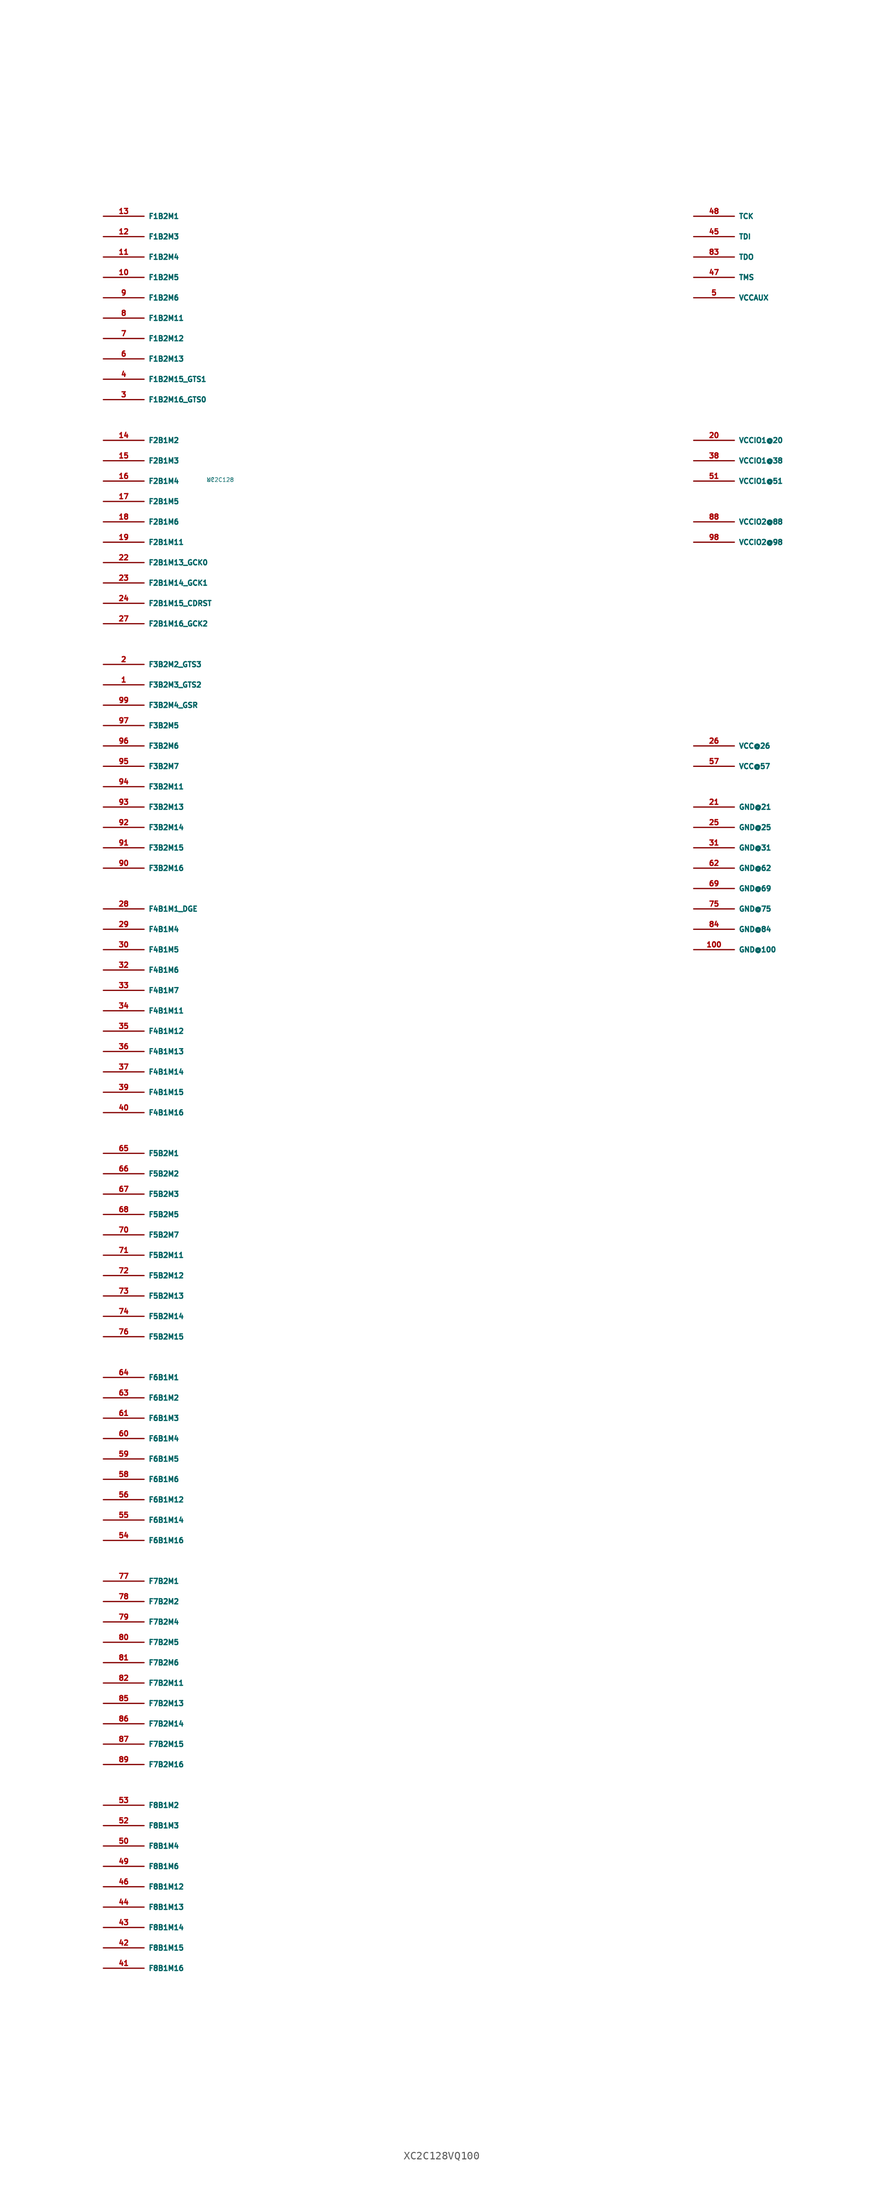
<source format=kicad_sym>
(kicad_symbol_lib
  (version 20220914)
  (generator Eagle2Kicad)
  (symbol "XC2C128VQ100"
    (property "Reference" "U"
      (at -10 -10 0)
      (effects (font (size 0.5 0.5) (thickness 0.06)) (justify left)))
    (property "Value" "XC2C128"
      (at -10 -10 0)
      (effects (font (size 0.5 0.5) (thickness 0.06)) (justify left)))
    (pin bidirectional line
      (at -22.86 22.86 0)
      (length 5.08)
      (name "F1B2M1" (effects (font (size 0.635 0.635) (thickness 0.08)) (justify left bottom)))
      (number "13" (effects (font (size 0.635 0.635) (thickness 0.08)) (justify left bottom))))
    (pin bidirectional line
      (at -22.86 20.32 0)
      (length 5.08)
      (name "F1B2M3" (effects (font (size 0.635 0.635) (thickness 0.08)) (justify left bottom)))
      (number "12" (effects (font (size 0.635 0.635) (thickness 0.08)) (justify left bottom))))
    (pin bidirectional line
      (at -22.86 17.78 0)
      (length 5.08)
      (name "F1B2M4" (effects (font (size 0.635 0.635) (thickness 0.08)) (justify left bottom)))
      (number "11" (effects (font (size 0.635 0.635) (thickness 0.08)) (justify left bottom))))
    (pin bidirectional line
      (at -22.86 15.24 0)
      (length 5.08)
      (name "F1B2M5" (effects (font (size 0.635 0.635) (thickness 0.08)) (justify left bottom)))
      (number "10" (effects (font (size 0.635 0.635) (thickness 0.08)) (justify left bottom))))
    (pin bidirectional line
      (at -22.86 12.7 0)
      (length 5.08)
      (name "F1B2M6" (effects (font (size 0.635 0.635) (thickness 0.08)) (justify left bottom)))
      (number "9" (effects (font (size 0.635 0.635) (thickness 0.08)) (justify left bottom))))
    (pin bidirectional line
      (at -22.86 10.16 0)
      (length 5.08)
      (name "F1B2M11" (effects (font (size 0.635 0.635) (thickness 0.08)) (justify left bottom)))
      (number "8" (effects (font (size 0.635 0.635) (thickness 0.08)) (justify left bottom))))
    (pin bidirectional line
      (at -22.86 7.62 0)
      (length 5.08)
      (name "F1B2M12" (effects (font (size 0.635 0.635) (thickness 0.08)) (justify left bottom)))
      (number "7" (effects (font (size 0.635 0.635) (thickness 0.08)) (justify left bottom))))
    (pin bidirectional line
      (at -22.86 5.08 0)
      (length 5.08)
      (name "F1B2M13" (effects (font (size 0.635 0.635) (thickness 0.08)) (justify left bottom)))
      (number "6" (effects (font (size 0.635 0.635) (thickness 0.08)) (justify left bottom))))
    (pin bidirectional line
      (at -22.86 2.54 0)
      (length 5.08)
      (name "F1B2M15_GTS1" (effects (font (size 0.635 0.635) (thickness 0.08)) (justify left bottom)))
      (number "4" (effects (font (size 0.635 0.635) (thickness 0.08)) (justify left bottom))))
    (pin bidirectional line
      (at -22.86 0 0)
      (length 5.08)
      (name "F1B2M16_GTS0" (effects (font (size 0.635 0.635) (thickness 0.08)) (justify left bottom)))
      (number "3" (effects (font (size 0.635 0.635) (thickness 0.08)) (justify left bottom))))
    (pin bidirectional line
      (at -22.86 -5.08 0)
      (length 5.08)
      (name "F2B1M2" (effects (font (size 0.635 0.635) (thickness 0.08)) (justify left bottom)))
      (number "14" (effects (font (size 0.635 0.635) (thickness 0.08)) (justify left bottom))))
    (pin bidirectional line
      (at -22.86 -7.62 0)
      (length 5.08)
      (name "F2B1M3" (effects (font (size 0.635 0.635) (thickness 0.08)) (justify left bottom)))
      (number "15" (effects (font (size 0.635 0.635) (thickness 0.08)) (justify left bottom))))
    (pin bidirectional line
      (at -22.86 -10.16 0)
      (length 5.08)
      (name "F2B1M4" (effects (font (size 0.635 0.635) (thickness 0.08)) (justify left bottom)))
      (number "16" (effects (font (size 0.635 0.635) (thickness 0.08)) (justify left bottom))))
    (pin bidirectional line
      (at -22.86 -12.7 0)
      (length 5.08)
      (name "F2B1M5" (effects (font (size 0.635 0.635) (thickness 0.08)) (justify left bottom)))
      (number "17" (effects (font (size 0.635 0.635) (thickness 0.08)) (justify left bottom))))
    (pin bidirectional line
      (at -22.86 -15.24 0)
      (length 5.08)
      (name "F2B1M6" (effects (font (size 0.635 0.635) (thickness 0.08)) (justify left bottom)))
      (number "18" (effects (font (size 0.635 0.635) (thickness 0.08)) (justify left bottom))))
    (pin bidirectional line
      (at -22.86 -17.78 0)
      (length 5.08)
      (name "F2B1M11" (effects (font (size 0.635 0.635) (thickness 0.08)) (justify left bottom)))
      (number "19" (effects (font (size 0.635 0.635) (thickness 0.08)) (justify left bottom))))
    (pin bidirectional line
      (at -22.86 -20.32 0)
      (length 5.08)
      (name "F2B1M13_GCK0" (effects (font (size 0.635 0.635) (thickness 0.08)) (justify left bottom)))
      (number "22" (effects (font (size 0.635 0.635) (thickness 0.08)) (justify left bottom))))
    (pin bidirectional line
      (at -22.86 -22.86 0)
      (length 5.08)
      (name "F2B1M14_GCK1" (effects (font (size 0.635 0.635) (thickness 0.08)) (justify left bottom)))
      (number "23" (effects (font (size 0.635 0.635) (thickness 0.08)) (justify left bottom))))
    (pin bidirectional line
      (at -22.86 -25.4 0)
      (length 5.08)
      (name "F2B1M15_CDRST" (effects (font (size 0.635 0.635) (thickness 0.08)) (justify left bottom)))
      (number "24" (effects (font (size 0.635 0.635) (thickness 0.08)) (justify left bottom))))
    (pin bidirectional line
      (at -22.86 -27.94 0)
      (length 5.08)
      (name "F2B1M16_GCK2" (effects (font (size 0.635 0.635) (thickness 0.08)) (justify left bottom)))
      (number "27" (effects (font (size 0.635 0.635) (thickness 0.08)) (justify left bottom))))
    (pin bidirectional line
      (at -22.86 -33.02 0)
      (length 5.08)
      (name "F3B2M2_GTS3" (effects (font (size 0.635 0.635) (thickness 0.08)) (justify left bottom)))
      (number "2" (effects (font (size 0.635 0.635) (thickness 0.08)) (justify left bottom))))
    (pin bidirectional line
      (at -22.86 -35.56 0)
      (length 5.08)
      (name "F3B2M3_GTS2" (effects (font (size 0.635 0.635) (thickness 0.08)) (justify left bottom)))
      (number "1" (effects (font (size 0.635 0.635) (thickness 0.08)) (justify left bottom))))
    (pin bidirectional line
      (at -22.86 -38.1 0)
      (length 5.08)
      (name "F3B2M4_GSR" (effects (font (size 0.635 0.635) (thickness 0.08)) (justify left bottom)))
      (number "99" (effects (font (size 0.635 0.635) (thickness 0.08)) (justify left bottom))))
    (pin bidirectional line
      (at -22.86 -40.64 0)
      (length 5.08)
      (name "F3B2M5" (effects (font (size 0.635 0.635) (thickness 0.08)) (justify left bottom)))
      (number "97" (effects (font (size 0.635 0.635) (thickness 0.08)) (justify left bottom))))
    (pin bidirectional line
      (at -22.86 -43.18 0)
      (length 5.08)
      (name "F3B2M6" (effects (font (size 0.635 0.635) (thickness 0.08)) (justify left bottom)))
      (number "96" (effects (font (size 0.635 0.635) (thickness 0.08)) (justify left bottom))))
    (pin bidirectional line
      (at -22.86 -45.72 0)
      (length 5.08)
      (name "F3B2M7" (effects (font (size 0.635 0.635) (thickness 0.08)) (justify left bottom)))
      (number "95" (effects (font (size 0.635 0.635) (thickness 0.08)) (justify left bottom))))
    (pin bidirectional line
      (at -22.86 -48.26 0)
      (length 5.08)
      (name "F3B2M11" (effects (font (size 0.635 0.635) (thickness 0.08)) (justify left bottom)))
      (number "94" (effects (font (size 0.635 0.635) (thickness 0.08)) (justify left bottom))))
    (pin bidirectional line
      (at -22.86 -50.8 0)
      (length 5.08)
      (name "F3B2M13" (effects (font (size 0.635 0.635) (thickness 0.08)) (justify left bottom)))
      (number "93" (effects (font (size 0.635 0.635) (thickness 0.08)) (justify left bottom))))
    (pin bidirectional line
      (at -22.86 -53.34 0)
      (length 5.08)
      (name "F3B2M14" (effects (font (size 0.635 0.635) (thickness 0.08)) (justify left bottom)))
      (number "92" (effects (font (size 0.635 0.635) (thickness 0.08)) (justify left bottom))))
    (pin bidirectional line
      (at -22.86 -55.88 0)
      (length 5.08)
      (name "F3B2M15" (effects (font (size 0.635 0.635) (thickness 0.08)) (justify left bottom)))
      (number "91" (effects (font (size 0.635 0.635) (thickness 0.08)) (justify left bottom))))
    (pin bidirectional line
      (at -22.86 -58.42 0)
      (length 5.08)
      (name "F3B2M16" (effects (font (size 0.635 0.635) (thickness 0.08)) (justify left bottom)))
      (number "90" (effects (font (size 0.635 0.635) (thickness 0.08)) (justify left bottom))))
    (pin bidirectional line
      (at -22.86 -63.5 0)
      (length 5.08)
      (name "F4B1M1_DGE" (effects (font (size 0.635 0.635) (thickness 0.08)) (justify left bottom)))
      (number "28" (effects (font (size 0.635 0.635) (thickness 0.08)) (justify left bottom))))
    (pin bidirectional line
      (at -22.86 -66.04 0)
      (length 5.08)
      (name "F4B1M4" (effects (font (size 0.635 0.635) (thickness 0.08)) (justify left bottom)))
      (number "29" (effects (font (size 0.635 0.635) (thickness 0.08)) (justify left bottom))))
    (pin bidirectional line
      (at -22.86 -68.58 0)
      (length 5.08)
      (name "F4B1M5" (effects (font (size 0.635 0.635) (thickness 0.08)) (justify left bottom)))
      (number "30" (effects (font (size 0.635 0.635) (thickness 0.08)) (justify left bottom))))
    (pin bidirectional line
      (at -22.86 -71.12 0)
      (length 5.08)
      (name "F4B1M6" (effects (font (size 0.635 0.635) (thickness 0.08)) (justify left bottom)))
      (number "32" (effects (font (size 0.635 0.635) (thickness 0.08)) (justify left bottom))))
    (pin bidirectional line
      (at -22.86 -73.66 0)
      (length 5.08)
      (name "F4B1M7" (effects (font (size 0.635 0.635) (thickness 0.08)) (justify left bottom)))
      (number "33" (effects (font (size 0.635 0.635) (thickness 0.08)) (justify left bottom))))
    (pin bidirectional line
      (at -22.86 -76.2 0)
      (length 5.08)
      (name "F4B1M11" (effects (font (size 0.635 0.635) (thickness 0.08)) (justify left bottom)))
      (number "34" (effects (font (size 0.635 0.635) (thickness 0.08)) (justify left bottom))))
    (pin bidirectional line
      (at -22.86 -78.74 0)
      (length 5.08)
      (name "F4B1M12" (effects (font (size 0.635 0.635) (thickness 0.08)) (justify left bottom)))
      (number "35" (effects (font (size 0.635 0.635) (thickness 0.08)) (justify left bottom))))
    (pin bidirectional line
      (at -22.86 -81.28 0)
      (length 5.08)
      (name "F4B1M13" (effects (font (size 0.635 0.635) (thickness 0.08)) (justify left bottom)))
      (number "36" (effects (font (size 0.635 0.635) (thickness 0.08)) (justify left bottom))))
    (pin bidirectional line
      (at -22.86 -86.36 0)
      (length 5.08)
      (name "F4B1M15" (effects (font (size 0.635 0.635) (thickness 0.08)) (justify left bottom)))
      (number "39" (effects (font (size 0.635 0.635) (thickness 0.08)) (justify left bottom))))
    (pin bidirectional line
      (at -22.86 -88.9 0)
      (length 5.08)
      (name "F4B1M16" (effects (font (size 0.635 0.635) (thickness 0.08)) (justify left bottom)))
      (number "40" (effects (font (size 0.635 0.635) (thickness 0.08)) (justify left bottom))))
    (pin bidirectional line
      (at -22.86 -83.82 0)
      (length 5.08)
      (name "F4B1M14" (effects (font (size 0.635 0.635) (thickness 0.08)) (justify left bottom)))
      (number "37" (effects (font (size 0.635 0.635) (thickness 0.08)) (justify left bottom))))
    (pin bidirectional line
      (at -22.86 -93.98 0)
      (length 5.08)
      (name "F5B2M1" (effects (font (size 0.635 0.635) (thickness 0.08)) (justify left bottom)))
      (number "65" (effects (font (size 0.635 0.635) (thickness 0.08)) (justify left bottom))))
    (pin bidirectional line
      (at -22.86 -96.52 0)
      (length 5.08)
      (name "F5B2M2" (effects (font (size 0.635 0.635) (thickness 0.08)) (justify left bottom)))
      (number "66" (effects (font (size 0.635 0.635) (thickness 0.08)) (justify left bottom))))
    (pin bidirectional line
      (at -22.86 -99.06 0)
      (length 5.08)
      (name "F5B2M3" (effects (font (size 0.635 0.635) (thickness 0.08)) (justify left bottom)))
      (number "67" (effects (font (size 0.635 0.635) (thickness 0.08)) (justify left bottom))))
    (pin bidirectional line
      (at -22.86 -101.6 0)
      (length 5.08)
      (name "F5B2M5" (effects (font (size 0.635 0.635) (thickness 0.08)) (justify left bottom)))
      (number "68" (effects (font (size 0.635 0.635) (thickness 0.08)) (justify left bottom))))
    (pin bidirectional line
      (at -22.86 -104.14 0)
      (length 5.08)
      (name "F5B2M7" (effects (font (size 0.635 0.635) (thickness 0.08)) (justify left bottom)))
      (number "70" (effects (font (size 0.635 0.635) (thickness 0.08)) (justify left bottom))))
    (pin bidirectional line
      (at -22.86 -106.68 0)
      (length 5.08)
      (name "F5B2M11" (effects (font (size 0.635 0.635) (thickness 0.08)) (justify left bottom)))
      (number "71" (effects (font (size 0.635 0.635) (thickness 0.08)) (justify left bottom))))
    (pin bidirectional line
      (at -22.86 -109.22 0)
      (length 5.08)
      (name "F5B2M12" (effects (font (size 0.635 0.635) (thickness 0.08)) (justify left bottom)))
      (number "72" (effects (font (size 0.635 0.635) (thickness 0.08)) (justify left bottom))))
    (pin bidirectional line
      (at -22.86 -111.76 0)
      (length 5.08)
      (name "F5B2M13" (effects (font (size 0.635 0.635) (thickness 0.08)) (justify left bottom)))
      (number "73" (effects (font (size 0.635 0.635) (thickness 0.08)) (justify left bottom))))
    (pin bidirectional line
      (at -22.86 -114.3 0)
      (length 5.08)
      (name "F5B2M14" (effects (font (size 0.635 0.635) (thickness 0.08)) (justify left bottom)))
      (number "74" (effects (font (size 0.635 0.635) (thickness 0.08)) (justify left bottom))))
    (pin bidirectional line
      (at -22.86 -116.84 0)
      (length 5.08)
      (name "F5B2M15" (effects (font (size 0.635 0.635) (thickness 0.08)) (justify left bottom)))
      (number "76" (effects (font (size 0.635 0.635) (thickness 0.08)) (justify left bottom))))
    (pin bidirectional line
      (at -22.86 -121.92 0)
      (length 5.08)
      (name "F6B1M1" (effects (font (size 0.635 0.635) (thickness 0.08)) (justify left bottom)))
      (number "64" (effects (font (size 0.635 0.635) (thickness 0.08)) (justify left bottom))))
    (pin bidirectional line
      (at -22.86 -124.46 0)
      (length 5.08)
      (name "F6B1M2" (effects (font (size 0.635 0.635) (thickness 0.08)) (justify left bottom)))
      (number "63" (effects (font (size 0.635 0.635) (thickness 0.08)) (justify left bottom))))
    (pin bidirectional line
      (at -22.86 -127 0)
      (length 5.08)
      (name "F6B1M3" (effects (font (size 0.635 0.635) (thickness 0.08)) (justify left bottom)))
      (number "61" (effects (font (size 0.635 0.635) (thickness 0.08)) (justify left bottom))))
    (pin bidirectional line
      (at -22.86 -129.54 0)
      (length 5.08)
      (name "F6B1M4" (effects (font (size 0.635 0.635) (thickness 0.08)) (justify left bottom)))
      (number "60" (effects (font (size 0.635 0.635) (thickness 0.08)) (justify left bottom))))
    (pin bidirectional line
      (at -22.86 -132.08 0)
      (length 5.08)
      (name "F6B1M5" (effects (font (size 0.635 0.635) (thickness 0.08)) (justify left bottom)))
      (number "59" (effects (font (size 0.635 0.635) (thickness 0.08)) (justify left bottom))))
    (pin bidirectional line
      (at -22.86 -134.62 0)
      (length 5.08)
      (name "F6B1M6" (effects (font (size 0.635 0.635) (thickness 0.08)) (justify left bottom)))
      (number "58" (effects (font (size 0.635 0.635) (thickness 0.08)) (justify left bottom))))
    (pin bidirectional line
      (at -22.86 -137.16 0)
      (length 5.08)
      (name "F6B1M12" (effects (font (size 0.635 0.635) (thickness 0.08)) (justify left bottom)))
      (number "56" (effects (font (size 0.635 0.635) (thickness 0.08)) (justify left bottom))))
    (pin bidirectional line
      (at -22.86 -139.7 0)
      (length 5.08)
      (name "F6B1M14" (effects (font (size 0.635 0.635) (thickness 0.08)) (justify left bottom)))
      (number "55" (effects (font (size 0.635 0.635) (thickness 0.08)) (justify left bottom))))
    (pin bidirectional line
      (at -22.86 -142.24 0)
      (length 5.08)
      (name "F6B1M16" (effects (font (size 0.635 0.635) (thickness 0.08)) (justify left bottom)))
      (number "54" (effects (font (size 0.635 0.635) (thickness 0.08)) (justify left bottom))))
    (pin bidirectional line
      (at -22.86 -147.32 0)
      (length 5.08)
      (name "F7B2M1" (effects (font (size 0.635 0.635) (thickness 0.08)) (justify left bottom)))
      (number "77" (effects (font (size 0.635 0.635) (thickness 0.08)) (justify left bottom))))
    (pin bidirectional line
      (at -22.86 -149.86 0)
      (length 5.08)
      (name "F7B2M2" (effects (font (size 0.635 0.635) (thickness 0.08)) (justify left bottom)))
      (number "78" (effects (font (size 0.635 0.635) (thickness 0.08)) (justify left bottom))))
    (pin bidirectional line
      (at -22.86 -152.4 0)
      (length 5.08)
      (name "F7B2M4" (effects (font (size 0.635 0.635) (thickness 0.08)) (justify left bottom)))
      (number "79" (effects (font (size 0.635 0.635) (thickness 0.08)) (justify left bottom))))
    (pin bidirectional line
      (at -22.86 -154.94 0)
      (length 5.08)
      (name "F7B2M5" (effects (font (size 0.635 0.635) (thickness 0.08)) (justify left bottom)))
      (number "80" (effects (font (size 0.635 0.635) (thickness 0.08)) (justify left bottom))))
    (pin bidirectional line
      (at -22.86 -157.48 0)
      (length 5.08)
      (name "F7B2M6" (effects (font (size 0.635 0.635) (thickness 0.08)) (justify left bottom)))
      (number "81" (effects (font (size 0.635 0.635) (thickness 0.08)) (justify left bottom))))
    (pin bidirectional line
      (at -22.86 -160.02 0)
      (length 5.08)
      (name "F7B2M11" (effects (font (size 0.635 0.635) (thickness 0.08)) (justify left bottom)))
      (number "82" (effects (font (size 0.635 0.635) (thickness 0.08)) (justify left bottom))))
    (pin bidirectional line
      (at -22.86 -162.56 0)
      (length 5.08)
      (name "F7B2M13" (effects (font (size 0.635 0.635) (thickness 0.08)) (justify left bottom)))
      (number "85" (effects (font (size 0.635 0.635) (thickness 0.08)) (justify left bottom))))
    (pin bidirectional line
      (at -22.86 -165.1 0)
      (length 5.08)
      (name "F7B2M14" (effects (font (size 0.635 0.635) (thickness 0.08)) (justify left bottom)))
      (number "86" (effects (font (size 0.635 0.635) (thickness 0.08)) (justify left bottom))))
    (pin bidirectional line
      (at -22.86 -167.64 0)
      (length 5.08)
      (name "F7B2M15" (effects (font (size 0.635 0.635) (thickness 0.08)) (justify left bottom)))
      (number "87" (effects (font (size 0.635 0.635) (thickness 0.08)) (justify left bottom))))
    (pin bidirectional line
      (at -22.86 -170.18 0)
      (length 5.08)
      (name "F7B2M16" (effects (font (size 0.635 0.635) (thickness 0.08)) (justify left bottom)))
      (number "89" (effects (font (size 0.635 0.635) (thickness 0.08)) (justify left bottom))))
    (pin bidirectional line
      (at -22.86 -175.26 0)
      (length 5.08)
      (name "F8B1M2" (effects (font (size 0.635 0.635) (thickness 0.08)) (justify left bottom)))
      (number "53" (effects (font (size 0.635 0.635) (thickness 0.08)) (justify left bottom))))
    (pin bidirectional line
      (at -22.86 -177.8 0)
      (length 5.08)
      (name "F8B1M3" (effects (font (size 0.635 0.635) (thickness 0.08)) (justify left bottom)))
      (number "52" (effects (font (size 0.635 0.635) (thickness 0.08)) (justify left bottom))))
    (pin bidirectional line
      (at -22.86 -180.34 0)
      (length 5.08)
      (name "F8B1M4" (effects (font (size 0.635 0.635) (thickness 0.08)) (justify left bottom)))
      (number "50" (effects (font (size 0.635 0.635) (thickness 0.08)) (justify left bottom))))
    (pin bidirectional line
      (at -22.86 -182.88 0)
      (length 5.08)
      (name "F8B1M6" (effects (font (size 0.635 0.635) (thickness 0.08)) (justify left bottom)))
      (number "49" (effects (font (size 0.635 0.635) (thickness 0.08)) (justify left bottom))))
    (pin bidirectional line
      (at -22.86 -185.42 0)
      (length 5.08)
      (name "F8B1M12" (effects (font (size 0.635 0.635) (thickness 0.08)) (justify left bottom)))
      (number "46" (effects (font (size 0.635 0.635) (thickness 0.08)) (justify left bottom))))
    (pin bidirectional line
      (at -22.86 -187.96 0)
      (length 5.08)
      (name "F8B1M13" (effects (font (size 0.635 0.635) (thickness 0.08)) (justify left bottom)))
      (number "44" (effects (font (size 0.635 0.635) (thickness 0.08)) (justify left bottom))))
    (pin bidirectional line
      (at -22.86 -190.5 0)
      (length 5.08)
      (name "F8B1M14" (effects (font (size 0.635 0.635) (thickness 0.08)) (justify left bottom)))
      (number "43" (effects (font (size 0.635 0.635) (thickness 0.08)) (justify left bottom))))
    (pin bidirectional line
      (at -22.86 -193.04 0)
      (length 5.08)
      (name "F8B1M15" (effects (font (size 0.635 0.635) (thickness 0.08)) (justify left bottom)))
      (number "42" (effects (font (size 0.635 0.635) (thickness 0.08)) (justify left bottom))))
    (pin bidirectional line
      (at -22.86 -195.58 0)
      (length 5.08)
      (name "F8B1M16" (effects (font (size 0.635 0.635) (thickness 0.08)) (justify left bottom)))
      (number "41" (effects (font (size 0.635 0.635) (thickness 0.08)) (justify left bottom))))
    (pin bidirectional line
      (at 50.8 22.86 0)
      (length 5.08)
      (name "TCK" (effects (font (size 0.635 0.635) (thickness 0.08)) (justify left bottom)))
      (number "48" (effects (font (size 0.635 0.635) (thickness 0.08)) (justify left bottom))))
    (pin bidirectional line
      (at 50.8 20.32 0)
      (length 5.08)
      (name "TDI" (effects (font (size 0.635 0.635) (thickness 0.08)) (justify left bottom)))
      (number "45" (effects (font (size 0.635 0.635) (thickness 0.08)) (justify left bottom))))
    (pin bidirectional line
      (at 50.8 15.24 0)
      (length 5.08)
      (name "TMS" (effects (font (size 0.635 0.635) (thickness 0.08)) (justify left bottom)))
      (number "47" (effects (font (size 0.635 0.635) (thickness 0.08)) (justify left bottom))))
    (pin bidirectional line
      (at 50.8 17.78 0)
      (length 5.08)
      (name "TDO" (effects (font (size 0.635 0.635) (thickness 0.08)) (justify left bottom)))
      (number "83" (effects (font (size 0.635 0.635) (thickness 0.08)) (justify left bottom))))
    (pin bidirectional line
      (at 50.8 12.7 0)
      (length 5.08)
      (name "VCCAUX" (effects (font (size 0.635 0.635) (thickness 0.08)) (justify left bottom)))
      (number "5" (effects (font (size 0.635 0.635) (thickness 0.08)) (justify left bottom))))
    (pin bidirectional line
      (at 50.8 -43.18 0)
      (length 5.08)
      (name "VCC@26" (effects (font (size 0.635 0.635) (thickness 0.08)) (justify left bottom)))
      (number "26" (effects (font (size 0.635 0.635) (thickness 0.08)) (justify left bottom))))
    (pin bidirectional line
      (at 50.8 -45.72 0)
      (length 5.08)
      (name "VCC@57" (effects (font (size 0.635 0.635) (thickness 0.08)) (justify left bottom)))
      (number "57" (effects (font (size 0.635 0.635) (thickness 0.08)) (justify left bottom))))
    (pin bidirectional line
      (at 50.8 -5.08 0)
      (length 5.08)
      (name "VCCIO1@20" (effects (font (size 0.635 0.635) (thickness 0.08)) (justify left bottom)))
      (number "20" (effects (font (size 0.635 0.635) (thickness 0.08)) (justify left bottom))))
    (pin bidirectional line
      (at 50.8 -7.62 0)
      (length 5.08)
      (name "VCCIO1@38" (effects (font (size 0.635 0.635) (thickness 0.08)) (justify left bottom)))
      (number "38" (effects (font (size 0.635 0.635) (thickness 0.08)) (justify left bottom))))
    (pin bidirectional line
      (at 50.8 -10.16 0)
      (length 5.08)
      (name "VCCIO1@51" (effects (font (size 0.635 0.635) (thickness 0.08)) (justify left bottom)))
      (number "51" (effects (font (size 0.635 0.635) (thickness 0.08)) (justify left bottom))))
    (pin bidirectional line
      (at 50.8 -15.24 0)
      (length 5.08)
      (name "VCCIO2@88" (effects (font (size 0.635 0.635) (thickness 0.08)) (justify left bottom)))
      (number "88" (effects (font (size 0.635 0.635) (thickness 0.08)) (justify left bottom))))
    (pin bidirectional line
      (at 50.8 -17.78 0)
      (length 5.08)
      (name "VCCIO2@98" (effects (font (size 0.635 0.635) (thickness 0.08)) (justify left bottom)))
      (number "98" (effects (font (size 0.635 0.635) (thickness 0.08)) (justify left bottom))))
    (pin bidirectional line
      (at 50.8 -50.8 0)
      (length 5.08)
      (name "GND@21" (effects (font (size 0.635 0.635) (thickness 0.08)) (justify left bottom)))
      (number "21" (effects (font (size 0.635 0.635) (thickness 0.08)) (justify left bottom))))
    (pin bidirectional line
      (at 50.8 -53.34 0)
      (length 5.08)
      (name "GND@25" (effects (font (size 0.635 0.635) (thickness 0.08)) (justify left bottom)))
      (number "25" (effects (font (size 0.635 0.635) (thickness 0.08)) (justify left bottom))))
    (pin bidirectional line
      (at 50.8 -55.88 0)
      (length 5.08)
      (name "GND@31" (effects (font (size 0.635 0.635) (thickness 0.08)) (justify left bottom)))
      (number "31" (effects (font (size 0.635 0.635) (thickness 0.08)) (justify left bottom))))
    (pin bidirectional line
      (at 50.8 -58.42 0)
      (length 5.08)
      (name "GND@62" (effects (font (size 0.635 0.635) (thickness 0.08)) (justify left bottom)))
      (number "62" (effects (font (size 0.635 0.635) (thickness 0.08)) (justify left bottom))))
    (pin bidirectional line
      (at 50.8 -60.96 0)
      (length 5.08)
      (name "GND@69" (effects (font (size 0.635 0.635) (thickness 0.08)) (justify left bottom)))
      (number "69" (effects (font (size 0.635 0.635) (thickness 0.08)) (justify left bottom))))
    (pin bidirectional line
      (at 50.8 -63.5 0)
      (length 5.08)
      (name "GND@75" (effects (font (size 0.635 0.635) (thickness 0.08)) (justify left bottom)))
      (number "75" (effects (font (size 0.635 0.635) (thickness 0.08)) (justify left bottom))))
    (pin bidirectional line
      (at 50.8 -66.04 0)
      (length 5.08)
      (name "GND@84" (effects (font (size 0.635 0.635) (thickness 0.08)) (justify left bottom)))
      (number "84" (effects (font (size 0.635 0.635) (thickness 0.08)) (justify left bottom))))
    (pin bidirectional line
      (at 50.8 -68.58 0)
      (length 5.08)
      (name "GND@100" (effects (font (size 0.635 0.635) (thickness 0.08)) (justify left bottom)))
      (number "100" (effects (font (size 0.635 0.635) (thickness 0.08)) (justify left bottom))))))
</source>
